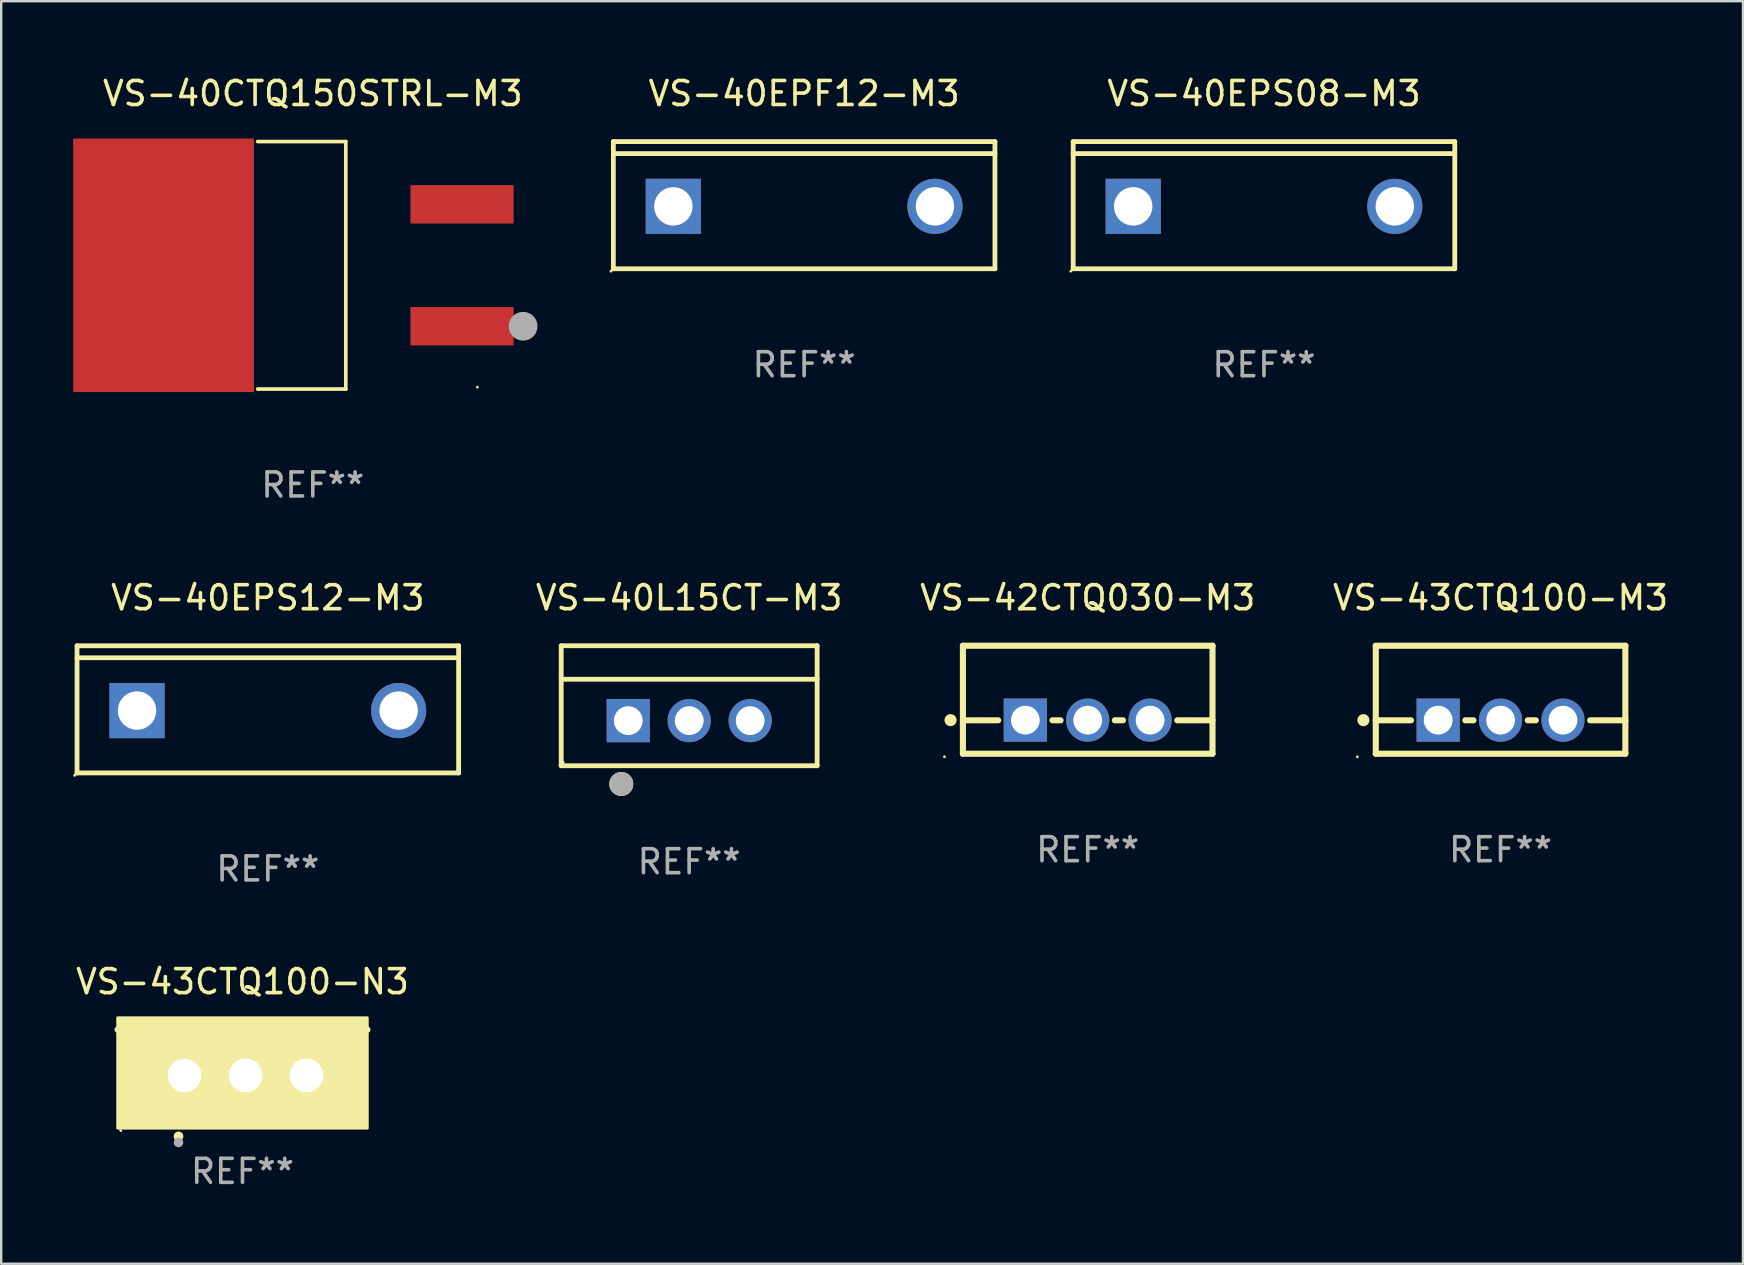
<source format=kicad_pcb>
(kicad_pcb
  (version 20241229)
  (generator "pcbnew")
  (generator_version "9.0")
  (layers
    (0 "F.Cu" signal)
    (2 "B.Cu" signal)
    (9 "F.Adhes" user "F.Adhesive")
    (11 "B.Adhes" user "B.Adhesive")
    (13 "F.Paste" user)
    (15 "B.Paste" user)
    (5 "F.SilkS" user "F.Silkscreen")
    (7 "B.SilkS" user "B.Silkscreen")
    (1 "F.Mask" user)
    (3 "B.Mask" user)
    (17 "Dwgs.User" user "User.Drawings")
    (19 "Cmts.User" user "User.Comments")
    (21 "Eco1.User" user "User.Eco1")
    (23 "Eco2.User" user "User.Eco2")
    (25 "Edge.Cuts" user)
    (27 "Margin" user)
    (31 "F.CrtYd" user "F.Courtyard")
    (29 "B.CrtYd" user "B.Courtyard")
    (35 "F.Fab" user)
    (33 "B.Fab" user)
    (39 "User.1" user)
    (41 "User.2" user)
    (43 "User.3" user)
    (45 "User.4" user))
  (footprint "VS-40EPF12-M3"
    (layer "F.Cu")
    (at 30.457 5.499)
    (property "Reference" "VS-40EPF12-M3" (at 0 -4.65 0) (layer "F.SilkS") (effects (font (size 1 1) (thickness 0.15))))
    (attr through_hole)
    (fp_line (start -7.95 -2.65) (end -7.95 2.65) (stroke (width 0.2) (type solid)) (layer "F.SilkS"))
    (fp_line (start -7.95 -2.15) (end 7.95 -2.15) (stroke (width 0.2) (type solid)) (layer "F.SilkS"))
    (fp_line (start -7.95 2.65) (end 7.95 2.65) (stroke (width 0.2) (type solid)) (layer "F.SilkS"))
    (fp_line (start 7.95 -2.65) (end -7.95 -2.65) (stroke (width 0.2) (type solid)) (layer "F.SilkS"))
    (fp_line (start 7.95 2.65) (end 7.95 -2.65) (stroke (width 0.2) (type solid)) (layer "F.SilkS"))
    (fp_circle (center -8.05 2.75) (end -8.02 2.75) (stroke (width 0.06) (type solid)) (fill no) (layer "F.SilkS"))
    (fp_text user "REF**" (at 0 6.65 0) (layer "F.Fab") (effects (font (size 1 1) (thickness 0.15))))
    (pad "1" thru_hole rect (at -5.45 0.05) (size 2.3 2.3) (drill 1.6) (layers "*.Cu" "*.Mask"))
    (pad "3" thru_hole circle (at 5.451 0.05) (size 2.3 2.3) (drill 1.6) (layers "*.Cu" "*.Mask")))
  (footprint "VS-40EPS08-M3"
    (layer "F.Cu")
    (at 49.618 5.499)
    (property "Reference" "VS-40EPS08-M3" (at 0 -4.65 0) (layer "F.SilkS") (effects (font (size 1 1) (thickness 0.15))))
    (attr through_hole)
    (fp_line (start -7.95 -2.65) (end -7.95 2.65) (stroke (width 0.2) (type solid)) (layer "F.SilkS"))
    (fp_line (start -7.95 -2.15) (end 7.95 -2.15) (stroke (width 0.2) (type solid)) (layer "F.SilkS"))
    (fp_line (start -7.95 2.65) (end 7.95 2.65) (stroke (width 0.2) (type solid)) (layer "F.SilkS"))
    (fp_line (start 7.95 -2.65) (end -7.95 -2.65) (stroke (width 0.2) (type solid)) (layer "F.SilkS"))
    (fp_line (start 7.95 2.65) (end 7.95 -2.65) (stroke (width 0.2) (type solid)) (layer "F.SilkS"))
    (fp_circle (center -8.05 2.75) (end -8.02 2.75) (stroke (width 0.06) (type solid)) (fill no) (layer "F.SilkS"))
    (fp_text user "REF**" (at 0 6.65 0) (layer "F.Fab") (effects (font (size 1 1) (thickness 0.15))))
    (pad "1" thru_hole rect (at -5.45 0.05) (size 2.3 2.3) (drill 1.6) (layers "*.Cu" "*.Mask"))
    (pad "2" thru_hole circle (at 5.451 0.05) (size 2.3 2.3) (drill 1.6) (layers "*.Cu" "*.Mask")))
  (footprint "VS-43CTQ100-N3"
    (layer "F.Cu")
    (at 7.054 40.807)
    (property "Reference" "VS-43CTQ100-N3" (at 0 -2.953 0) (layer "F.SilkS") (effects (font (size 1 1) (thickness 0.15))))
    (attr through_hole)
    (fp_line (start 5.207 -0.953) (end -5.207 -0.953) (stroke (width 0.254) (type solid)) (layer "F.SilkS"))
    (fp_arc (start -2.66698 3.49252) (mid -2.66571 3.492516) (end -2.66444 3.49252) (stroke (width 0.4) (type solid)) (layer "F.SilkS"))
    (fp_circle (center -5.073 3.252) (end -5.043 3.252) (stroke (width 0.06) (type solid)) (fill no) (layer "F.SilkS"))
    (fp_poly (pts (xy -5.2 -1.448) (xy 5.2 -1.448) (xy 5.2 3.152) (xy -5.2 3.152)) (stroke (width 0.12) (type solid)) (fill yes) (layer "F.SilkS"))
    (fp_circle (center -2.667 3.747) (end -2.567 3.747) (stroke (width 0.2) (type solid)) (fill no) (layer "F.Fab"))
    (fp_text user "REF**" (at 0 4.953 0) (layer "F.Fab") (effects (font (size 1 1) (thickness 0.15))))
    (pad "1" thru_hole rect (at -2.413 0.953) (size 2 2.5) (drill 1.4) (layers "*.Cu" "*.Mask"))
    (pad "2" thru_hole oval (at 0.127 0.953) (size 2 2.5) (drill 1.4) (layers "*.Cu" "*.Mask"))
    (pad "3" thru_hole oval (at 2.667 0.953) (size 2 2.5) (drill 1.4) (layers "*.Cu" "*.Mask")))
  (footprint "VS-40CTQ150STRL-M3"
    (layer "F.Cu")
    (at 9.984 8.004)
    (property "Reference" "VS-40CTQ150STRL-M3" (at 0 -7.156 0) (layer "F.SilkS") (effects (font (size 1 1) (thickness 0.15))))
    (attr through_hole)
    (fp_line (start -2.3 -5.156) (end 1.374 -5.156) (stroke (width 0.152) (type solid)) (layer "F.SilkS"))
    (fp_line (start -2.3 5.156) (end 1.374 5.156) (stroke (width 0.152) (type solid)) (layer "F.SilkS"))
    (fp_line (start 1.374 5.156) (end 1.374 -5.156) (stroke (width 0.152) (type solid)) (layer "F.SilkS"))
    (fp_circle (center 6.858 5.08) (end 6.888 5.08) (stroke (width 0.06) (type solid)) (fill no) (layer "F.SilkS"))
    (fp_circle (center 8.763 2.54) (end 9.063 2.54) (stroke (width 0.6) (type solid)) (fill no) (layer "F.Fab"))
    (fp_text user "REF**" (at 0 9.156 0) (layer "F.Fab") (effects (font (size 1 1) (thickness 0.15))))
    (pad "1" smd rect (at 6.218 2.54 180) (size 4.3 1.6) (layers "F.Cu" "F.Mask" "F.Paste"))
    (pad "2" smd rect (at -6.218 0 180) (size 7.532 10.566) (layers "F.Cu" "F.Mask" "F.Paste"))
    (pad "3" smd rect (at 6.218 -2.54 180) (size 4.3 1.6) (layers "F.Cu" "F.Mask" "F.Paste")))
  (footprint "VS-40EPS12-M3"
    (layer "F.Cu")
    (at 8.11 26.508)
    (property "Reference" "VS-40EPS12-M3" (at 0 -4.65 0) (layer "F.SilkS") (effects (font (size 1 1) (thickness 0.15))))
    (attr through_hole)
    (fp_line (start -7.95 -2.65) (end -7.95 2.65) (stroke (width 0.2) (type solid)) (layer "F.SilkS"))
    (fp_line (start -7.95 -2.15) (end 7.95 -2.15) (stroke (width 0.2) (type solid)) (layer "F.SilkS"))
    (fp_line (start -7.95 2.65) (end 7.95 2.65) (stroke (width 0.2) (type solid)) (layer "F.SilkS"))
    (fp_line (start 7.95 -2.65) (end -7.95 -2.65) (stroke (width 0.2) (type solid)) (layer "F.SilkS"))
    (fp_line (start 7.95 2.65) (end 7.95 -2.65) (stroke (width 0.2) (type solid)) (layer "F.SilkS"))
    (fp_circle (center -8.05 2.75) (end -8.02 2.75) (stroke (width 0.06) (type solid)) (fill no) (layer "F.SilkS"))
    (fp_text user "REF**" (at 0 6.65 0) (layer "F.Fab") (effects (font (size 1 1) (thickness 0.15))))
    (pad "1" thru_hole rect (at -5.45 0.05) (size 2.3 2.3) (drill 1.6) (layers "*.Cu" "*.Mask"))
    (pad "2" thru_hole circle (at 5.451 0.05) (size 2.3 2.3) (drill 1.6) (layers "*.Cu" "*.Mask")))
  (footprint "VS-43CTQ100-M3"
    (layer "F.Cu")
    (at 59.476 26.107)
    (property "Reference" "VS-43CTQ100-M3" (at 0 -4.25 0) (layer "F.SilkS") (effects (font (size 1 1) (thickness 0.15))))
    (attr through_hole)
    (fp_line (start -5.2 -2.25) (end -5.2 2.25) (stroke (width 0.254) (type solid)) (layer "F.SilkS"))
    (fp_line (start -5.2 -2.25) (end 5.2 -2.25) (stroke (width 0.254) (type solid)) (layer "F.SilkS"))
    (fp_line (start -5.2 0.857) (end -3.731 0.857) (stroke (width 0.254) (type solid)) (layer "F.SilkS"))
    (fp_line (start -5.2 2.25) (end 5.2 2.25) (stroke (width 0.254) (type solid)) (layer "F.SilkS"))
    (fp_line (start -1.469 0.857) (end -1.131 0.857) (stroke (width 0.254) (type solid)) (layer "F.SilkS"))
    (fp_line (start 1.131 0.857) (end 1.469 0.857) (stroke (width 0.254) (type solid)) (layer "F.SilkS"))
    (fp_line (start 3.731 0.857) (end 5.2 0.857) (stroke (width 0.254) (type solid)) (layer "F.SilkS"))
    (fp_line (start 5.2 -2.25) (end 5.2 2.25) (stroke (width 0.254) (type solid)) (layer "F.SilkS"))
    (fp_circle (center -5.969 2.377) (end -5.939 2.377) (stroke (width 0.06) (type solid)) (fill no) (layer "F.SilkS"))
    (fp_circle (center -5.715 0.85) (end -5.588 0.85) (stroke (width 0.254) (type solid)) (fill no) (layer "F.SilkS"))
    (fp_text user "REF**" (at 0 6.25 0) (layer "F.Fab") (effects (font (size 1 1) (thickness 0.15))))
    (pad "1" thru_hole rect (at -2.6 0.85) (size 1.8 1.8) (drill 1.2) (layers "*.Cu" "*.Mask"))
    (pad "2" thru_hole circle (at 0 0.85) (size 1.8 1.8) (drill 1.2) (layers "*.Cu" "*.Mask"))
    (pad "3" thru_hole circle (at 2.6 0.85) (size 1.8 1.8) (drill 1.2) (layers "*.Cu" "*.Mask")))
  (footprint "VS-42CTQ030-M3"
    (layer "F.Cu")
    (at 42.273 26.107)
    (property "Reference" "VS-42CTQ030-M3" (at 0 -4.25 0) (layer "F.SilkS") (effects (font (size 1 1) (thickness 0.15))))
    (attr through_hole)
    (fp_line (start -5.2 -2.25) (end -5.2 2.25) (stroke (width 0.254) (type solid)) (layer "F.SilkS"))
    (fp_line (start -5.2 -2.25) (end 5.2 -2.25) (stroke (width 0.254) (type solid)) (layer "F.SilkS"))
    (fp_line (start -5.2 0.857) (end -3.731 0.857) (stroke (width 0.254) (type solid)) (layer "F.SilkS"))
    (fp_line (start -5.2 2.25) (end 5.2 2.25) (stroke (width 0.254) (type solid)) (layer "F.SilkS"))
    (fp_line (start -1.469 0.857) (end -1.131 0.857) (stroke (width 0.254) (type solid)) (layer "F.SilkS"))
    (fp_line (start 1.131 0.857) (end 1.469 0.857) (stroke (width 0.254) (type solid)) (layer "F.SilkS"))
    (fp_line (start 3.731 0.857) (end 5.2 0.857) (stroke (width 0.254) (type solid)) (layer "F.SilkS"))
    (fp_line (start 5.2 -2.25) (end 5.2 2.25) (stroke (width 0.254) (type solid)) (layer "F.SilkS"))
    (fp_circle (center -5.969 2.377) (end -5.939 2.377) (stroke (width 0.06) (type solid)) (fill no) (layer "F.SilkS"))
    (fp_circle (center -5.715 0.85) (end -5.588 0.85) (stroke (width 0.254) (type solid)) (fill no) (layer "F.SilkS"))
    (fp_text user "REF**" (at 0 6.25 0) (layer "F.Fab") (effects (font (size 1 1) (thickness 0.15))))
    (pad "1" thru_hole rect (at -2.6 0.85) (size 1.8 1.8) (drill 1.2) (layers "*.Cu" "*.Mask"))
    (pad "2" thru_hole circle (at 0 0.85) (size 1.8 1.8) (drill 1.2) (layers "*.Cu" "*.Mask"))
    (pad "3" thru_hole circle (at 2.6 0.85) (size 1.8 1.8) (drill 1.2) (layers "*.Cu" "*.Mask")))
  (footprint "VS-40L15CT-M3"
    (layer "F.Cu")
    (at 25.666 26.357)
    (property "Reference" "VS-40L15CT-M3" (at 0 -4.5 0) (layer "F.SilkS") (effects (font (size 1 1) (thickness 0.15))))
    (attr through_hole)
    (fp_line (start -5.332 2.5) (end -5.332 -2.5) (stroke (width 0.201) (type solid)) (layer "F.SilkS"))
    (fp_line (start -5.328 -2.5) (end 5.332 -2.5) (stroke (width 0.201) (type solid)) (layer "F.SilkS"))
    (fp_line (start -5.328 -1.104) (end 5.332 -1.104) (stroke (width 0.201) (type solid)) (layer "F.SilkS"))
    (fp_line (start 5.332 -2.5) (end 5.332 2.5) (stroke (width 0.201) (type solid)) (layer "F.SilkS"))
    (fp_line (start 5.332 2.5) (end -5.332 2.5) (stroke (width 0.201) (type solid)) (layer "F.SilkS"))
    (fp_circle (center -5.248 2.35) (end -5.218 2.35) (stroke (width 0.06) (type solid)) (fill no) (layer "F.SilkS"))
    (fp_circle (center -2.828 3.26) (end -2.578 3.26) (stroke (width 0.5) (type solid)) (fill no) (layer "F.SilkS"))
    (fp_circle (center -2.828 3.26) (end -2.578 3.26) (stroke (width 0.5) (type solid)) (fill no) (layer "F.Fab"))
    (fp_text user "REF**" (at 0 6.5 0) (layer "F.Fab") (effects (font (size 1 1) (thickness 0.15))))
    (pad "1" thru_hole rect (at -2.538 0.62) (size 1.8 1.8) (drill 1.2) (layers "*.Cu" "*.Mask"))
    (pad "2" thru_hole circle (at 0.002 0.62) (size 1.8 1.8) (drill 1.2) (layers "*.Cu" "*.Mask"))
    (pad "3" thru_hole circle (at 2.542 0.62) (size 1.8 1.8) (drill 1.2) (layers "*.Cu" "*.Mask")))
  (gr_rect
    (start -3 -3)
    (end 69.577 49.608)
    (stroke (width 0.1) (type default))
    (fill no)
    (layer "Edge.Cuts")))
</source>
